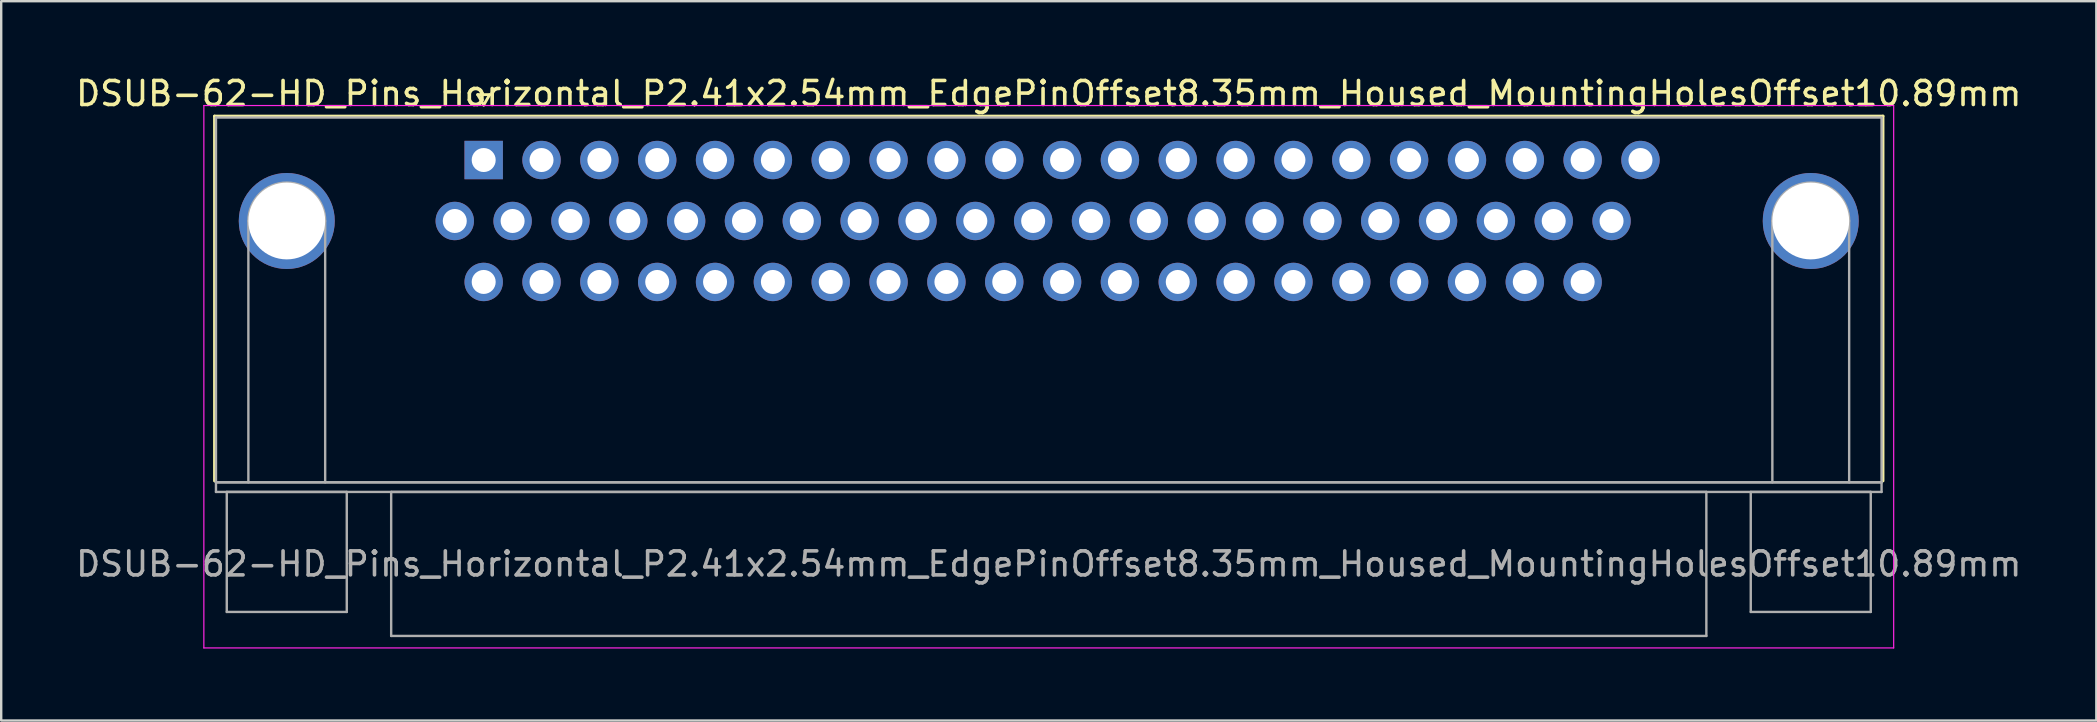
<source format=kicad_pcb>
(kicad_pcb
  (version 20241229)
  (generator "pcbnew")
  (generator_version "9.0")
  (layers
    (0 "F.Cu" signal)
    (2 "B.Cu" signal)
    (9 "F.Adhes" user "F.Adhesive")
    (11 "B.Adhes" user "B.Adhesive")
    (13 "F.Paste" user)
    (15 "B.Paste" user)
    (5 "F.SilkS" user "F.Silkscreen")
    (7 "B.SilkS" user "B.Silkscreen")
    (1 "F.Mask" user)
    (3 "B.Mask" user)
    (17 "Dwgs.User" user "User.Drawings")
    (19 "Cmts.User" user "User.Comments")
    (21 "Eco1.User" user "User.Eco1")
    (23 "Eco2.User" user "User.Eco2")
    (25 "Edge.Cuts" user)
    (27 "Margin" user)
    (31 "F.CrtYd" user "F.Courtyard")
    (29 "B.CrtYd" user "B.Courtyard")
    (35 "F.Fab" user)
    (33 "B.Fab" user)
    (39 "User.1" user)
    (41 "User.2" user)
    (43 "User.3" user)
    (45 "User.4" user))
  (footprint "DSUB-62-HD_Pins_Horizontal_P2.41x2.54mm_EdgePinOffset8.35mm_Housed_MountingHolesOffset10.89mm"
    (layer "F.Cu")
    (at 17.104 3.618)
    (property "Reference" "DSUB-62-HD_Pins_Horizontal_P2.41x2.54mm_EdgePinOffset8.35mm_Housed_MountingHolesOffset10.89mm" (at 23.545 -2.77 0) (layer "F.SilkS") (effects (font (size 1 1) (thickness 0.15))))
    (attr through_hole)
    (fp_line (start -11.215 -1.83) (end 58.305 -1.83) (stroke (width 0.12) (type solid)) (layer "F.SilkS"))
    (fp_line (start -11.215 13.37) (end -11.215 -1.83) (stroke (width 0.12) (type solid)) (layer "F.SilkS"))
    (fp_line (start -0.25 -2.724) (end 0.25 -2.724) (stroke (width 0.12) (type solid)) (layer "F.SilkS"))
    (fp_line (start 0 -2.291) (end -0.25 -2.724) (stroke (width 0.12) (type solid)) (layer "F.SilkS"))
    (fp_line (start 0.25 -2.724) (end 0 -2.291) (stroke (width 0.12) (type solid)) (layer "F.SilkS"))
    (fp_line (start 58.305 -1.83) (end 58.305 13.37) (stroke (width 0.12) (type solid)) (layer "F.SilkS"))
    (fp_line (start -11.66 -2.27) (end -11.66 20.33) (stroke (width 0.05) (type solid)) (layer "F.CrtYd"))
    (fp_line (start -11.66 20.33) (end 58.75 20.33) (stroke (width 0.05) (type solid)) (layer "F.CrtYd"))
    (fp_line (start 58.75 -2.27) (end -11.66 -2.27) (stroke (width 0.05) (type solid)) (layer "F.CrtYd"))
    (fp_line (start 58.75 20.33) (end 58.75 -2.27) (stroke (width 0.05) (type solid)) (layer "F.CrtYd"))
    (fp_line (start -11.155 -1.77) (end -11.155 13.43) (stroke (width 0.1) (type solid)) (layer "F.Fab"))
    (fp_line (start -11.155 13.43) (end -11.155 13.83) (stroke (width 0.1) (type solid)) (layer "F.Fab"))
    (fp_line (start -11.155 13.43) (end 58.245 13.43) (stroke (width 0.1) (type solid)) (layer "F.Fab"))
    (fp_line (start -11.155 13.83) (end 58.245 13.83) (stroke (width 0.1) (type solid)) (layer "F.Fab"))
    (fp_line (start -10.705 13.83) (end -10.705 18.83) (stroke (width 0.1) (type solid)) (layer "F.Fab"))
    (fp_line (start -10.705 18.83) (end -5.705 18.83) (stroke (width 0.1) (type solid)) (layer "F.Fab"))
    (fp_line (start -9.805 13.43) (end -9.805 2.54) (stroke (width 0.1) (type solid)) (layer "F.Fab"))
    (fp_line (start -6.605 13.43) (end -6.605 2.54) (stroke (width 0.1) (type solid)) (layer "F.Fab"))
    (fp_line (start -5.705 13.83) (end -10.705 13.83) (stroke (width 0.1) (type solid)) (layer "F.Fab"))
    (fp_line (start -5.705 18.83) (end -5.705 13.83) (stroke (width 0.1) (type solid)) (layer "F.Fab"))
    (fp_line (start -3.855 13.83) (end -3.855 19.83) (stroke (width 0.1) (type solid)) (layer "F.Fab"))
    (fp_line (start -3.855 19.83) (end 50.945 19.83) (stroke (width 0.1) (type solid)) (layer "F.Fab"))
    (fp_line (start 50.945 13.83) (end -3.855 13.83) (stroke (width 0.1) (type solid)) (layer "F.Fab"))
    (fp_line (start 50.945 19.83) (end 50.945 13.83) (stroke (width 0.1) (type solid)) (layer "F.Fab"))
    (fp_line (start 52.795 13.83) (end 52.795 18.83) (stroke (width 0.1) (type solid)) (layer "F.Fab"))
    (fp_line (start 52.795 18.83) (end 57.795 18.83) (stroke (width 0.1) (type solid)) (layer "F.Fab"))
    (fp_line (start 53.695 13.43) (end 53.695 2.54) (stroke (width 0.1) (type solid)) (layer "F.Fab"))
    (fp_line (start 56.895 13.43) (end 56.895 2.54) (stroke (width 0.1) (type solid)) (layer "F.Fab"))
    (fp_line (start 57.795 13.83) (end 52.795 13.83) (stroke (width 0.1) (type solid)) (layer "F.Fab"))
    (fp_line (start 57.795 18.83) (end 57.795 13.83) (stroke (width 0.1) (type solid)) (layer "F.Fab"))
    (fp_line (start 58.245 -1.77) (end -11.155 -1.77) (stroke (width 0.1) (type solid)) (layer "F.Fab"))
    (fp_line (start 58.245 13.43) (end -11.155 13.43) (stroke (width 0.1) (type solid)) (layer "F.Fab"))
    (fp_line (start 58.245 13.43) (end 58.245 -1.77) (stroke (width 0.1) (type solid)) (layer "F.Fab"))
    (fp_line (start 58.245 13.83) (end 58.245 13.43) (stroke (width 0.1) (type solid)) (layer "F.Fab"))
    (fp_arc (start -9.805 2.54) (mid -8.205 0.94) (end -6.605 2.54) (stroke (width 0.1) (type solid)) (layer "F.Fab"))
    (fp_arc (start 53.695 2.54) (mid 55.295 0.94) (end 56.895 2.54) (stroke (width 0.1) (type solid)) (layer "F.Fab"))
    (fp_text user "${REFERENCE}" (at 23.545 16.83 0) (layer "F.Fab") (effects (font (size 1 1) (thickness 0.15))))
    (pad "0" thru_hole circle (at -8.205 2.54) (size 4 4) (drill 3.2) (layers "*.Cu" "*.Mask"))
    (pad "0" thru_hole circle (at 55.295 2.54) (size 4 4) (drill 3.2) (layers "*.Cu" "*.Mask"))
    (pad "1" thru_hole rect (at 0 0) (size 1.6 1.6) (drill 1) (layers "*.Cu" "*.Mask"))
    (pad "2" thru_hole circle (at 2.41 0) (size 1.6 1.6) (drill 1) (layers "*.Cu" "*.Mask"))
    (pad "3" thru_hole circle (at 4.82 0) (size 1.6 1.6) (drill 1) (layers "*.Cu" "*.Mask"))
    (pad "4" thru_hole circle (at 7.23 0) (size 1.6 1.6) (drill 1) (layers "*.Cu" "*.Mask"))
    (pad "5" thru_hole circle (at 9.64 0) (size 1.6 1.6) (drill 1) (layers "*.Cu" "*.Mask"))
    (pad "6" thru_hole circle (at 12.05 0) (size 1.6 1.6) (drill 1) (layers "*.Cu" "*.Mask"))
    (pad "7" thru_hole circle (at 14.46 0) (size 1.6 1.6) (drill 1) (layers "*.Cu" "*.Mask"))
    (pad "8" thru_hole circle (at 16.87 0) (size 1.6 1.6) (drill 1) (layers "*.Cu" "*.Mask"))
    (pad "9" thru_hole circle (at 19.28 0) (size 1.6 1.6) (drill 1) (layers "*.Cu" "*.Mask"))
    (pad "10" thru_hole circle (at 21.69 0) (size 1.6 1.6) (drill 1) (layers "*.Cu" "*.Mask"))
    (pad "11" thru_hole circle (at 24.1 0) (size 1.6 1.6) (drill 1) (layers "*.Cu" "*.Mask"))
    (pad "12" thru_hole circle (at 26.51 0) (size 1.6 1.6) (drill 1) (layers "*.Cu" "*.Mask"))
    (pad "13" thru_hole circle (at 28.92 0) (size 1.6 1.6) (drill 1) (layers "*.Cu" "*.Mask"))
    (pad "14" thru_hole circle (at 31.33 0) (size 1.6 1.6) (drill 1) (layers "*.Cu" "*.Mask"))
    (pad "15" thru_hole circle (at 33.74 0) (size 1.6 1.6) (drill 1) (layers "*.Cu" "*.Mask"))
    (pad "16" thru_hole circle (at 36.15 0) (size 1.6 1.6) (drill 1) (layers "*.Cu" "*.Mask"))
    (pad "17" thru_hole circle (at 38.56 0) (size 1.6 1.6) (drill 1) (layers "*.Cu" "*.Mask"))
    (pad "18" thru_hole circle (at 40.97 0) (size 1.6 1.6) (drill 1) (layers "*.Cu" "*.Mask"))
    (pad "19" thru_hole circle (at 43.38 0) (size 1.6 1.6) (drill 1) (layers "*.Cu" "*.Mask"))
    (pad "20" thru_hole circle (at 45.79 0) (size 1.6 1.6) (drill 1) (layers "*.Cu" "*.Mask"))
    (pad "21" thru_hole circle (at 48.2 0) (size 1.6 1.6) (drill 1) (layers "*.Cu" "*.Mask"))
    (pad "22" thru_hole circle (at -1.205 2.54) (size 1.6 1.6) (drill 1) (layers "*.Cu" "*.Mask"))
    (pad "23" thru_hole circle (at 1.205 2.54) (size 1.6 1.6) (drill 1) (layers "*.Cu" "*.Mask"))
    (pad "24" thru_hole circle (at 3.615 2.54) (size 1.6 1.6) (drill 1) (layers "*.Cu" "*.Mask"))
    (pad "25" thru_hole circle (at 6.025 2.54) (size 1.6 1.6) (drill 1) (layers "*.Cu" "*.Mask"))
    (pad "26" thru_hole circle (at 8.435 2.54) (size 1.6 1.6) (drill 1) (layers "*.Cu" "*.Mask"))
    (pad "27" thru_hole circle (at 10.845 2.54) (size 1.6 1.6) (drill 1) (layers "*.Cu" "*.Mask"))
    (pad "28" thru_hole circle (at 13.255 2.54) (size 1.6 1.6) (drill 1) (layers "*.Cu" "*.Mask"))
    (pad "29" thru_hole circle (at 15.665 2.54) (size 1.6 1.6) (drill 1) (layers "*.Cu" "*.Mask"))
    (pad "30" thru_hole circle (at 18.075 2.54) (size 1.6 1.6) (drill 1) (layers "*.Cu" "*.Mask"))
    (pad "31" thru_hole circle (at 20.485 2.54) (size 1.6 1.6) (drill 1) (layers "*.Cu" "*.Mask"))
    (pad "32" thru_hole circle (at 22.895 2.54) (size 1.6 1.6) (drill 1) (layers "*.Cu" "*.Mask"))
    (pad "33" thru_hole circle (at 25.305 2.54) (size 1.6 1.6) (drill 1) (layers "*.Cu" "*.Mask"))
    (pad "34" thru_hole circle (at 27.715 2.54) (size 1.6 1.6) (drill 1) (layers "*.Cu" "*.Mask"))
    (pad "35" thru_hole circle (at 30.125 2.54) (size 1.6 1.6) (drill 1) (layers "*.Cu" "*.Mask"))
    (pad "36" thru_hole circle (at 32.535 2.54) (size 1.6 1.6) (drill 1) (layers "*.Cu" "*.Mask"))
    (pad "37" thru_hole circle (at 34.945 2.54) (size 1.6 1.6) (drill 1) (layers "*.Cu" "*.Mask"))
    (pad "38" thru_hole circle (at 37.355 2.54) (size 1.6 1.6) (drill 1) (layers "*.Cu" "*.Mask"))
    (pad "39" thru_hole circle (at 39.765 2.54) (size 1.6 1.6) (drill 1) (layers "*.Cu" "*.Mask"))
    (pad "40" thru_hole circle (at 42.175 2.54) (size 1.6 1.6) (drill 1) (layers "*.Cu" "*.Mask"))
    (pad "41" thru_hole circle (at 44.585 2.54) (size 1.6 1.6) (drill 1) (layers "*.Cu" "*.Mask"))
    (pad "42" thru_hole circle (at 46.995 2.54) (size 1.6 1.6) (drill 1) (layers "*.Cu" "*.Mask"))
    (pad "43" thru_hole circle (at 0 5.08) (size 1.6 1.6) (drill 1) (layers "*.Cu" "*.Mask"))
    (pad "44" thru_hole circle (at 2.41 5.08) (size 1.6 1.6) (drill 1) (layers "*.Cu" "*.Mask"))
    (pad "45" thru_hole circle (at 4.82 5.08) (size 1.6 1.6) (drill 1) (layers "*.Cu" "*.Mask"))
    (pad "46" thru_hole circle (at 7.23 5.08) (size 1.6 1.6) (drill 1) (layers "*.Cu" "*.Mask"))
    (pad "47" thru_hole circle (at 9.64 5.08) (size 1.6 1.6) (drill 1) (layers "*.Cu" "*.Mask"))
    (pad "48" thru_hole circle (at 12.05 5.08) (size 1.6 1.6) (drill 1) (layers "*.Cu" "*.Mask"))
    (pad "49" thru_hole circle (at 14.46 5.08) (size 1.6 1.6) (drill 1) (layers "*.Cu" "*.Mask"))
    (pad "50" thru_hole circle (at 16.87 5.08) (size 1.6 1.6) (drill 1) (layers "*.Cu" "*.Mask"))
    (pad "51" thru_hole circle (at 19.28 5.08) (size 1.6 1.6) (drill 1) (layers "*.Cu" "*.Mask"))
    (pad "52" thru_hole circle (at 21.69 5.08) (size 1.6 1.6) (drill 1) (layers "*.Cu" "*.Mask"))
    (pad "53" thru_hole circle (at 24.1 5.08) (size 1.6 1.6) (drill 1) (layers "*.Cu" "*.Mask"))
    (pad "54" thru_hole circle (at 26.51 5.08) (size 1.6 1.6) (drill 1) (layers "*.Cu" "*.Mask"))
    (pad "55" thru_hole circle (at 28.92 5.08) (size 1.6 1.6) (drill 1) (layers "*.Cu" "*.Mask"))
    (pad "56" thru_hole circle (at 31.33 5.08) (size 1.6 1.6) (drill 1) (layers "*.Cu" "*.Mask"))
    (pad "57" thru_hole circle (at 33.74 5.08) (size 1.6 1.6) (drill 1) (layers "*.Cu" "*.Mask"))
    (pad "58" thru_hole circle (at 36.15 5.08) (size 1.6 1.6) (drill 1) (layers "*.Cu" "*.Mask"))
    (pad "59" thru_hole circle (at 38.56 5.08) (size 1.6 1.6) (drill 1) (layers "*.Cu" "*.Mask"))
    (pad "60" thru_hole circle (at 40.97 5.08) (size 1.6 1.6) (drill 1) (layers "*.Cu" "*.Mask"))
    (pad "61" thru_hole circle (at 43.38 5.08) (size 1.6 1.6) (drill 1) (layers "*.Cu" "*.Mask"))
    (pad "62" thru_hole circle (at 45.79 5.08) (size 1.6 1.6) (drill 1) (layers "*.Cu" "*.Mask")))
  (gr_rect
    (start -3 -3)
    (end 84.298 26.973)
    (stroke (width 0.1) (type default))
    (fill no)
    (layer "Edge.Cuts")))
</source>
